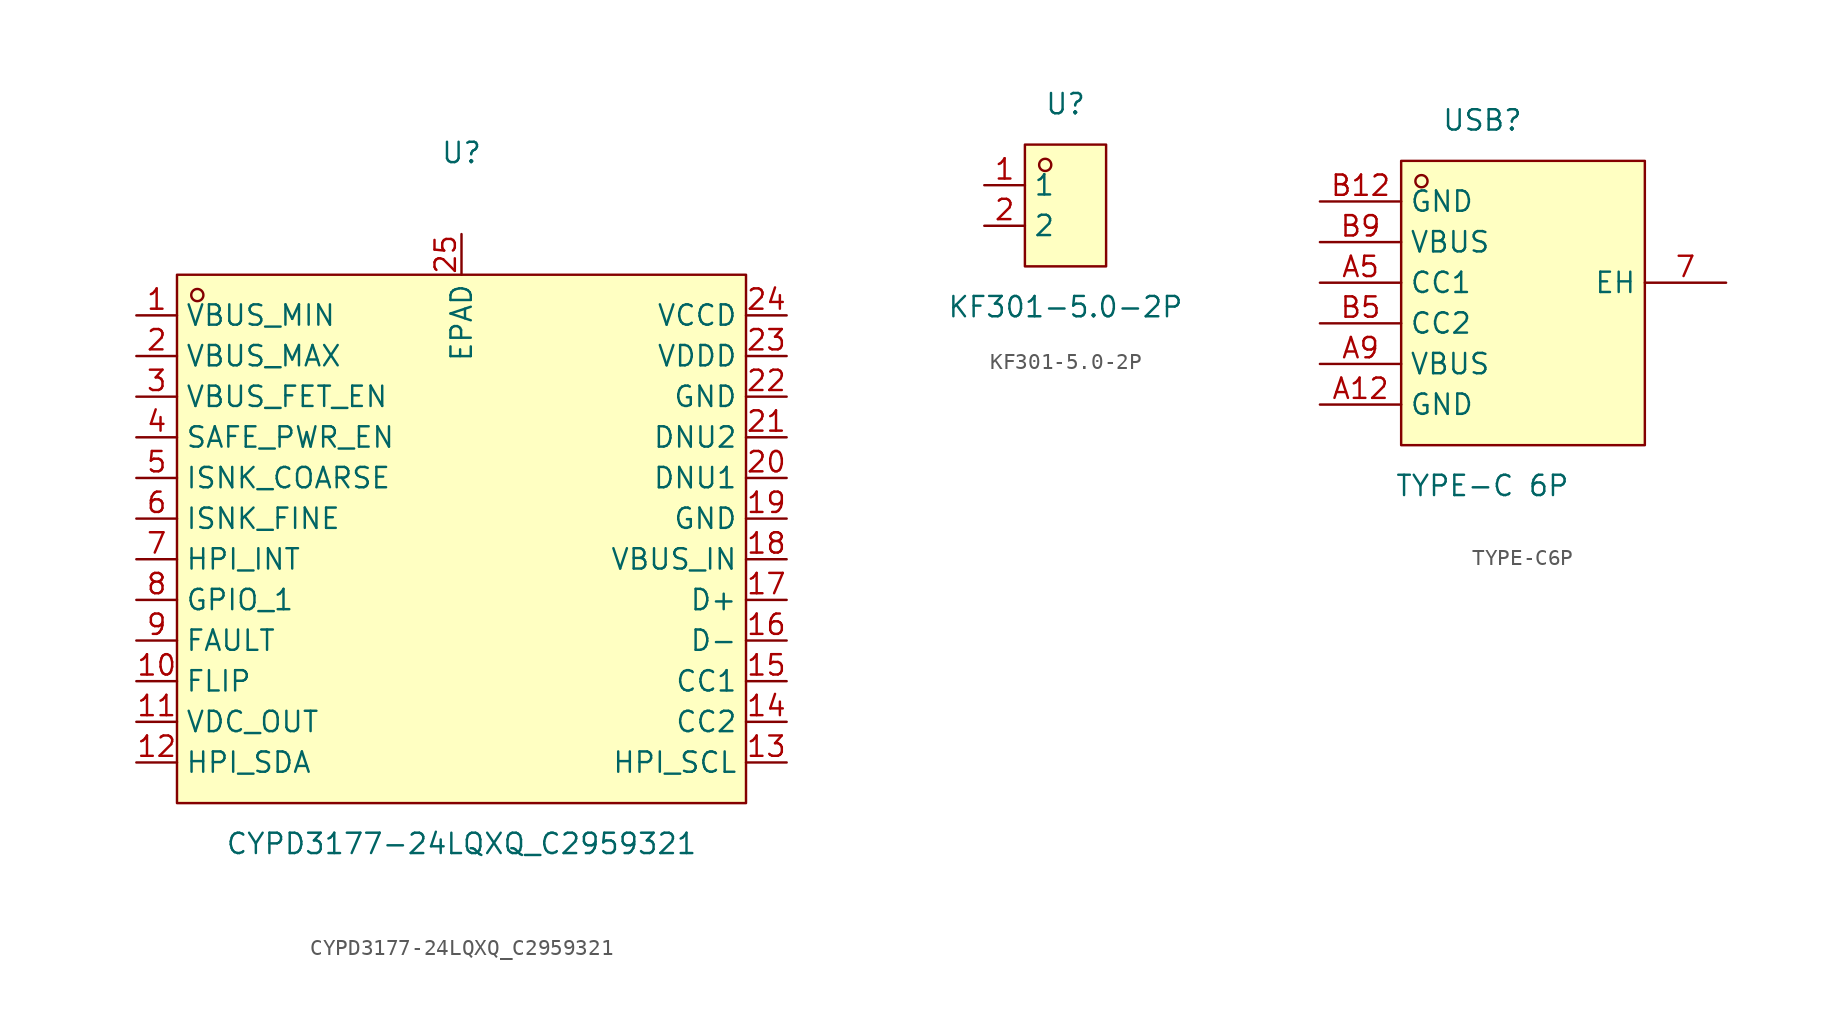
<source format=kicad_sym>
(kicad_symbol_lib
  (version 20211014)
  (generator https://github.com/uPesy/easyeda2kicad.py)
  (symbol "CYPD3177-24LQXQ_C2959321"
    (property "Reference" "U"
      (at 0 22.86 0)
      (effects (font (size 1.27 1.27))))
    (property "Value" "CYPD3177-24LQXQ_C2959321"
      (at 0 -20.32 0)
      (effects (font (size 1.27 1.27))))
    (symbol "CYPD3177-24LQXQ_C2959321_0_1"
      (rectangle (start -17.78 15.24) (end 17.78 -17.78) (stroke (width 0) (type default) (color 0 0 0 0)) (fill (type background)))
      (circle (center -16.51 13.97) (radius 0.38) (stroke (width 0) (type default) (color 0 0 0 0)) (fill (type none)))
      (pin unspecified line (at -20.32 12.70 0) (length 2.54) (name "VBUS_MIN" (effects (font (size 1.27 1.27)))) (number "1" (effects (font (size 1.27 1.27)))))
      (pin unspecified line (at -20.32 10.16 0) (length 2.54) (name "VBUS_MAX" (effects (font (size 1.27 1.27)))) (number "2" (effects (font (size 1.27 1.27)))))
      (pin unspecified line (at -20.32 7.62 0) (length 2.54) (name "VBUS_FET_EN" (effects (font (size 1.27 1.27)))) (number "3" (effects (font (size 1.27 1.27)))))
      (pin unspecified line (at -20.32 5.08 0) (length 2.54) (name "SAFE_PWR_EN" (effects (font (size 1.27 1.27)))) (number "4" (effects (font (size 1.27 1.27)))))
      (pin unspecified line (at -20.32 2.54 0) (length 2.54) (name "ISNK_COARSE" (effects (font (size 1.27 1.27)))) (number "5" (effects (font (size 1.27 1.27)))))
      (pin unspecified line (at -20.32 -0.00 0) (length 2.54) (name "ISNK_FINE" (effects (font (size 1.27 1.27)))) (number "6" (effects (font (size 1.27 1.27)))))
      (pin unspecified line (at -20.32 -2.54 0) (length 2.54) (name "HPI_INT" (effects (font (size 1.27 1.27)))) (number "7" (effects (font (size 1.27 1.27)))))
      (pin unspecified line (at -20.32 -5.08 0) (length 2.54) (name "GPIO_1" (effects (font (size 1.27 1.27)))) (number "8" (effects (font (size 1.27 1.27)))))
      (pin unspecified line (at -20.32 -7.62 0) (length 2.54) (name "FAULT" (effects (font (size 1.27 1.27)))) (number "9" (effects (font (size 1.27 1.27)))))
      (pin unspecified line (at -20.32 -10.16 0) (length 2.54) (name "FLIP" (effects (font (size 1.27 1.27)))) (number "10" (effects (font (size 1.27 1.27)))))
      (pin unspecified line (at -20.32 -12.70 0) (length 2.54) (name "VDC_OUT" (effects (font (size 1.27 1.27)))) (number "11" (effects (font (size 1.27 1.27)))))
      (pin unspecified line (at -20.32 -15.24 0) (length 2.54) (name "HPI_SDA" (effects (font (size 1.27 1.27)))) (number "12" (effects (font (size 1.27 1.27)))))
      (pin unspecified line (at 20.32 -15.24 180) (length 2.54) (name "HPI_SCL" (effects (font (size 1.27 1.27)))) (number "13" (effects (font (size 1.27 1.27)))))
      (pin unspecified line (at 20.32 -12.70 180) (length 2.54) (name "CC2" (effects (font (size 1.27 1.27)))) (number "14" (effects (font (size 1.27 1.27)))))
      (pin unspecified line (at 20.32 -10.16 180) (length 2.54) (name "CC1" (effects (font (size 1.27 1.27)))) (number "15" (effects (font (size 1.27 1.27)))))
      (pin unspecified line (at 20.32 -7.62 180) (length 2.54) (name "D-" (effects (font (size 1.27 1.27)))) (number "16" (effects (font (size 1.27 1.27)))))
      (pin unspecified line (at 20.32 -5.08 180) (length 2.54) (name "D+" (effects (font (size 1.27 1.27)))) (number "17" (effects (font (size 1.27 1.27)))))
      (pin unspecified line (at 20.32 -2.54 180) (length 2.54) (name "VBUS_IN" (effects (font (size 1.27 1.27)))) (number "18" (effects (font (size 1.27 1.27)))))
      (pin unspecified line (at 20.32 -0.00 180) (length 2.54) (name "GND" (effects (font (size 1.27 1.27)))) (number "19" (effects (font (size 1.27 1.27)))))
      (pin unspecified line (at 20.32 2.54 180) (length 2.54) (name "DNU1" (effects (font (size 1.27 1.27)))) (number "20" (effects (font (size 1.27 1.27)))))
      (pin unspecified line (at 20.32 5.08 180) (length 2.54) (name "DNU2" (effects (font (size 1.27 1.27)))) (number "21" (effects (font (size 1.27 1.27)))))
      (pin unspecified line (at 20.32 7.62 180) (length 2.54) (name "GND" (effects (font (size 1.27 1.27)))) (number "22" (effects (font (size 1.27 1.27)))))
      (pin unspecified line (at 20.32 10.16 180) (length 2.54) (name "VDDD" (effects (font (size 1.27 1.27)))) (number "23" (effects (font (size 1.27 1.27)))))
      (pin unspecified line (at 20.32 12.70 180) (length 2.54) (name "VCCD" (effects (font (size 1.27 1.27)))) (number "24" (effects (font (size 1.27 1.27)))))
      (pin unspecified line (at 0.00 17.78 270) (length 2.54) (name "EPAD" (effects (font (size 1.27 1.27)))) (number "25" (effects (font (size 1.27 1.27)))))))
  (symbol "KF301-5.0-2P"
    (property "Reference" "U"
      (at 0 6.35 0)
      (effects (font (size 1.27 1.27))))
    (property "Value" "KF301-5.0-2P"
      (at 0 -6.35 0)
      (effects (font (size 1.27 1.27))))
    (symbol "KF301-5.0-2P_0_1"
      (rectangle (start -2.54 3.81) (end 2.54 -3.81) (stroke (width 0) (type default) (color 0 0 0 0)) (fill (type background)))
      (circle (center -1.27 2.54) (radius 0.38) (stroke (width 0) (type default) (color 0 0 0 0)) (fill (type none)))
      (pin unspecified line (at -5.08 1.27 0) (length 2.54) (name "1" (effects (font (size 1.27 1.27)))) (number "1" (effects (font (size 1.27 1.27)))))
      (pin unspecified line (at -5.08 -1.27 0) (length 2.54) (name "2" (effects (font (size 1.27 1.27)))) (number "2" (effects (font (size 1.27 1.27)))))))
  (symbol "TYPE-C6P"
    (property "Reference" "USB"
      (at 0 10.16 0)
      (effects (font (size 1.27 1.27))))
    (property "Value" "TYPE-C 6P"
      (at 0 -12.70 0)
      (effects (font (size 1.27 1.27))))
    (symbol "TYPE-C6P_0_1"
      (rectangle (start -5.08 7.62) (end 10.16 -10.16) (stroke (width 0) (type default) (color 0 0 0 0)) (fill (type background)))
      (circle (center -3.81 6.35) (radius 0.38) (stroke (width 0) (type default) (color 0 0 0 0)) (fill (type none)))
      (pin unspecified line (at 15.24 -0.00 180) (length 5.08) (name "EH" (effects (font (size 1.27 1.27)))) (number "7" (effects (font (size 1.27 1.27)))))
      (pin unspecified line (at -10.16 -7.62 0) (length 5.08) (name "GND" (effects (font (size 1.27 1.27)))) (number "A12" (effects (font (size 1.27 1.27)))))
      (pin unspecified line (at -10.16 -5.08 0) (length 5.08) (name "VBUS" (effects (font (size 1.27 1.27)))) (number "A9" (effects (font (size 1.27 1.27)))))
      (pin unspecified line (at -10.16 -0.00 0) (length 5.08) (name "CC1" (effects (font (size 1.27 1.27)))) (number "A5" (effects (font (size 1.27 1.27)))))
      (pin unspecified line (at -10.16 -2.54 0) (length 5.08) (name "CC2" (effects (font (size 1.27 1.27)))) (number "B5" (effects (font (size 1.27 1.27)))))
      (pin unspecified line (at -10.16 2.54 0) (length 5.08) (name "VBUS" (effects (font (size 1.27 1.27)))) (number "B9" (effects (font (size 1.27 1.27)))))
      (pin unspecified line (at -10.16 5.08 0) (length 5.08) (name "GND" (effects (font (size 1.27 1.27)))) (number "B12" (effects (font (size 1.27 1.27))))))))
</source>
